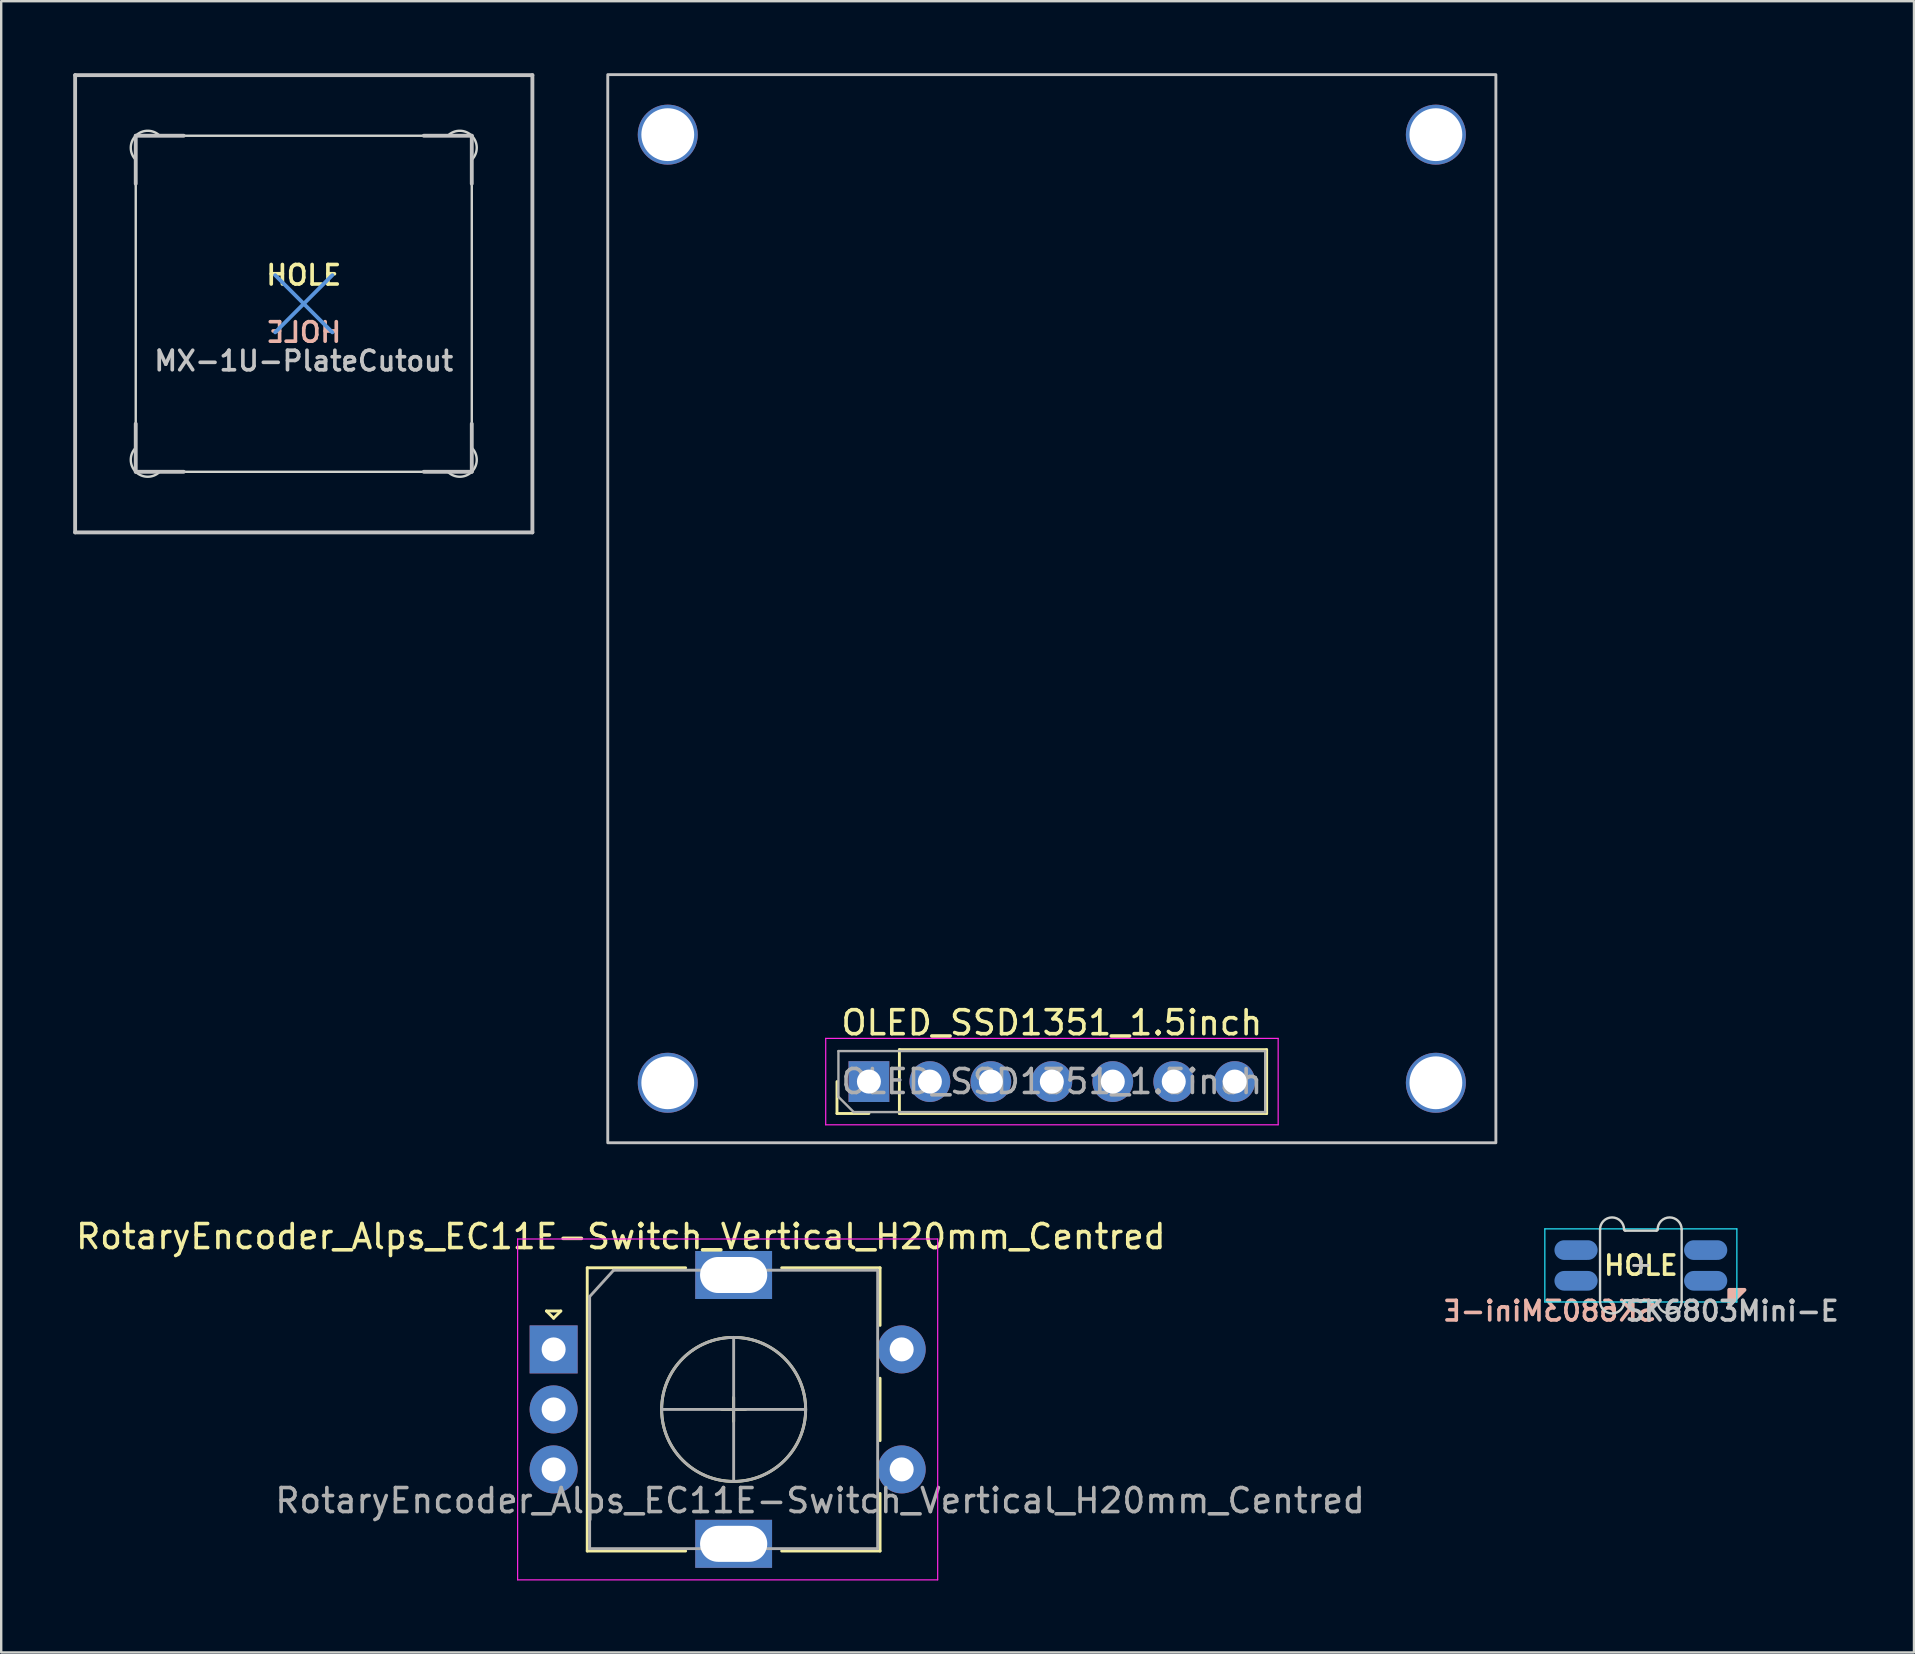
<source format=kicad_pcb>
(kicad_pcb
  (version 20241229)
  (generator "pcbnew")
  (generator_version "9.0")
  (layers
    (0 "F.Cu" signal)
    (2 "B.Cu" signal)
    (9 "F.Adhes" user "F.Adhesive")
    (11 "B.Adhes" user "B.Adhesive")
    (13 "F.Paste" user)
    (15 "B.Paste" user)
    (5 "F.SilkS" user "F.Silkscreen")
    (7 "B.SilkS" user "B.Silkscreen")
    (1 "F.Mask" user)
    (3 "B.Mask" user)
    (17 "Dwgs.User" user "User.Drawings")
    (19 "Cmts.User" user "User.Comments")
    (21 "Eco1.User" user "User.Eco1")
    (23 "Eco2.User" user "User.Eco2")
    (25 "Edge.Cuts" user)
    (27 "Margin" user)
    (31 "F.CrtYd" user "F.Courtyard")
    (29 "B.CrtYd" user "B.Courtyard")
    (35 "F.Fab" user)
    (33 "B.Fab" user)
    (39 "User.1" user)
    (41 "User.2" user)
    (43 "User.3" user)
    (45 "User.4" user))
  (footprint "MX-1U-PlateCutout"
    (layer "F.Cu")
    (at 9.605 9.605)
    (property "Reference" "MX-1U-PlateCutout" (at 0 2.381 0) (layer "Dwgs.User") (effects (font (size 0.813 0.813) (thickness 0.152))))
    (attr exclude_from_pos_files exclude_from_bom)
    (fp_line (start -9.525 -9.525) (end 9.525 -9.525) (stroke (width 0.16) (type solid)) (layer "Dwgs.User"))
    (fp_line (start -9.525 9.525) (end -9.525 -9.525) (stroke (width 0.16) (type solid)) (layer "Dwgs.User"))
    (fp_line (start -7 -7) (end -7 -5) (stroke (width 0.16) (type solid)) (layer "Dwgs.User"))
    (fp_line (start -7 5) (end -7 7) (stroke (width 0.16) (type solid)) (layer "Dwgs.User"))
    (fp_line (start -7 7) (end -5 7) (stroke (width 0.16) (type solid)) (layer "Dwgs.User"))
    (fp_line (start -5 -7) (end -7 -7) (stroke (width 0.16) (type solid)) (layer "Dwgs.User"))
    (fp_line (start 5 -7) (end 7 -7) (stroke (width 0.16) (type solid)) (layer "Dwgs.User"))
    (fp_line (start 5 7) (end 7 7) (stroke (width 0.16) (type solid)) (layer "Dwgs.User"))
    (fp_line (start 7 -7) (end 7 -5) (stroke (width 0.16) (type solid)) (layer "Dwgs.User"))
    (fp_line (start 7 7) (end 7 5) (stroke (width 0.16) (type solid)) (layer "Dwgs.User"))
    (fp_line (start 9.525 -9.525) (end 9.525 9.525) (stroke (width 0.16) (type solid)) (layer "Dwgs.User"))
    (fp_line (start 9.525 9.525) (end -9.525 9.525) (stroke (width 0.16) (type solid)) (layer "Dwgs.User"))
    (fp_line (start -1.191 -1.191) (end 1.191 1.191) (stroke (width 0.16) (type solid)) (layer "Cmts.User"))
    (fp_line (start -1.191 1.191) (end 1.191 -1.191) (stroke (width 0.16) (type solid)) (layer "Cmts.User"))
    (fp_line (start -7 6) (end -7 -6) (stroke (width 0.1) (type solid)) (layer "Edge.Cuts"))
    (fp_line (start -6 -7) (end 6 -7) (stroke (width 0.1) (type solid)) (layer "Edge.Cuts"))
    (fp_line (start 6 7) (end -6 7) (stroke (width 0.1) (type solid)) (layer "Edge.Cuts"))
    (fp_line (start 7 -6) (end 7 6) (stroke (width 0.1) (type solid)) (layer "Edge.Cuts"))
    (fp_arc (start -7 -6) (mid -7 -7) (end -6 -7) (stroke (width 0.1) (type solid)) (layer "Edge.Cuts"))
    (fp_arc (start -6 7) (mid -7 7) (end -7 6) (stroke (width 0.1) (type solid)) (layer "Edge.Cuts"))
    (fp_arc (start 6 -7) (mid 7 -7) (end 7 -6) (stroke (width 0.1) (type solid)) (layer "Edge.Cuts"))
    (fp_arc (start 7 6) (mid 7 7) (end 6 7) (stroke (width 0.1) (type solid)) (layer "Edge.Cuts"))
    (fp_text user "HOLE" (at 0 -1.191 0) (layer "F.SilkS") (effects (font (size 0.813 0.813) (thickness 0.152))))
    (fp_text user "HOLE" (at 0 1.191 0) (layer "B.SilkS") (effects (font (size 0.813 0.813) (thickness 0.152)) (justify mirror))))
  (footprint "RotaryEncoder_Alps_EC11E-Switch_Vertical_H20mm_Centred"
    (layer "F.Cu")
    (at 27.515 55.668)
    (property "Reference" "RotaryEncoder_Alps_EC11E-Switch_Vertical_H20mm_Centred" (at -4.7 -7.2 0) (layer "F.SilkS") (effects (font (size 1 1) (thickness 0.15))))
    (attr through_hole)
    (fp_line (start -7.8 -4.1) (end -7.2 -4.1) (stroke (width 0.12) (type solid)) (layer "F.SilkS"))
    (fp_line (start -7.5 -3.8) (end -7.8 -4.1) (stroke (width 0.12) (type solid)) (layer "F.SilkS"))
    (fp_line (start -7.2 -4.1) (end -7.5 -3.8) (stroke (width 0.12) (type solid)) (layer "F.SilkS"))
    (fp_line (start -6.1 -5.9) (end -6.1 5.9) (stroke (width 0.12) (type solid)) (layer "F.SilkS"))
    (fp_line (start -2 -5.9) (end -6.1 -5.9) (stroke (width 0.12) (type solid)) (layer "F.SilkS"))
    (fp_line (start -2 5.9) (end -6.1 5.9) (stroke (width 0.12) (type solid)) (layer "F.SilkS"))
    (fp_line (start -0.5 0) (end 0.5 0) (stroke (width 0.12) (type solid)) (layer "F.SilkS"))
    (fp_line (start 0 -0.5) (end 0 0.5) (stroke (width 0.12) (type solid)) (layer "F.SilkS"))
    (fp_line (start 2 -5.9) (end 6.1 -5.9) (stroke (width 0.12) (type solid)) (layer "F.SilkS"))
    (fp_line (start 6.1 -5.9) (end 6.1 -3.5) (stroke (width 0.12) (type solid)) (layer "F.SilkS"))
    (fp_line (start 6.1 -1.3) (end 6.1 1.3) (stroke (width 0.12) (type solid)) (layer "F.SilkS"))
    (fp_line (start 6.1 3.5) (end 6.1 5.9) (stroke (width 0.12) (type solid)) (layer "F.SilkS"))
    (fp_line (start 6.1 5.9) (end 2 5.9) (stroke (width 0.12) (type solid)) (layer "F.SilkS"))
    (fp_circle (center 0 0) (end 3 0) (stroke (width 0.12) (type solid)) (fill no) (layer "F.SilkS"))
    (fp_line (start -9 -7.1) (end -9 7.1) (stroke (width 0.05) (type solid)) (layer "F.CrtYd"))
    (fp_line (start -9 -7.1) (end 8.5 -7.1) (stroke (width 0.05) (type solid)) (layer "F.CrtYd"))
    (fp_line (start 8.5 7.1) (end -9 7.1) (stroke (width 0.05) (type solid)) (layer "F.CrtYd"))
    (fp_line (start 8.5 7.1) (end 8.5 -7.1) (stroke (width 0.05) (type solid)) (layer "F.CrtYd"))
    (fp_line (start -6 -4.7) (end -5 -5.8) (stroke (width 0.12) (type solid)) (layer "F.Fab"))
    (fp_line (start -6 5.8) (end -6 -4.7) (stroke (width 0.12) (type solid)) (layer "F.Fab"))
    (fp_line (start -5 -5.8) (end 6 -5.8) (stroke (width 0.12) (type solid)) (layer "F.Fab"))
    (fp_line (start -3 0) (end 3 0) (stroke (width 0.12) (type solid)) (layer "F.Fab"))
    (fp_line (start 0 -3) (end 0 3) (stroke (width 0.12) (type solid)) (layer "F.Fab"))
    (fp_line (start 6 -5.8) (end 6 5.8) (stroke (width 0.12) (type solid)) (layer "F.Fab"))
    (fp_line (start 6 5.8) (end -6 5.8) (stroke (width 0.12) (type solid)) (layer "F.Fab"))
    (fp_circle (center 0 0) (end 3 0) (stroke (width 0.12) (type solid)) (fill no) (layer "F.Fab"))
    (fp_text user "${REFERENCE}" (at 3.6 3.8 0) (layer "F.Fab") (effects (font (size 1 1) (thickness 0.15))))
    (pad "A" thru_hole rect (at -7.5 -2.5) (size 2 2) (drill 1) (layers "*.Cu" "*.Mask"))
    (pad "B" thru_hole circle (at -7.5 2.5) (size 2 2) (drill 1) (layers "*.Cu" "*.Mask"))
    (pad "C" thru_hole circle (at -7.5 0) (size 2 2) (drill 1) (layers "*.Cu" "*.Mask"))
    (pad "MP" thru_hole rect (at 0 -5.6) (size 3.2 2) (drill oval 2.8 1.5) (layers "*.Cu" "*.Mask"))
    (pad "MP" thru_hole rect (at 0 5.6) (size 3.2 2) (drill oval 2.8 1.5) (layers "*.Cu" "*.Mask"))
    (pad "S1" thru_hole circle (at 7 2.5) (size 2 2) (drill 1) (layers "*.Cu" "*.Mask"))
    (pad "S2" thru_hole circle (at 7 -2.5) (size 2 2) (drill 1) (layers "*.Cu" "*.Mask")))
  (footprint "SK6803Mini-E"
    (layer "F.Cu")
    (at 65.31 49.67)
    (property "Reference" "SK6803Mini-E" (at 3.8 1.9 180) (layer "Dwgs.User") (effects (font (size 0.813 0.813) (thickness 0.152))))
    (fp_poly (pts (xy 3.683 1.651) (xy 3.683 1.016) (xy 4.318 1.016)) (stroke (width 0.16) (type solid)) (fill yes) (layer "B.SilkS"))
    (fp_line (start -0.3 0) (end 0.3 0) (stroke (width 0.12) (type solid)) (layer "Dwgs.User"))
    (fp_line (start 0 0.3) (end 0 -0.3) (stroke (width 0.12) (type solid)) (layer "Dwgs.User"))
    (fp_line (start -1.7 -1.5) (end -1.7 1.5) (stroke (width 0.1) (type solid)) (layer "Edge.Cuts"))
    (fp_line (start -0.65 -1.45) (end 0.65 -1.45) (stroke (width 0.1) (type solid)) (layer "Edge.Cuts"))
    (fp_line (start -0.65 1.45) (end 0.65 1.45) (stroke (width 0.1) (type solid)) (layer "Edge.Cuts"))
    (fp_line (start 1.7 1.5) (end 1.7 -1.5) (stroke (width 0.1) (type solid)) (layer "Edge.Cuts"))
    (fp_arc (start -1.7 -1.5) (mid -1.2 -2) (end -0.7 -1.5) (stroke (width 0.1) (type solid)) (layer "Edge.Cuts"))
    (fp_arc (start -0.7 1.5) (mid -1.2 2) (end -1.7 1.5) (stroke (width 0.1) (type solid)) (layer "Edge.Cuts"))
    (fp_arc (start -0.7 1.5) (mid -0.685355 1.464645) (end -0.65 1.45) (stroke (width 0.1) (type solid)) (layer "Edge.Cuts"))
    (fp_arc (start -0.65 -1.45) (mid -0.685355 -1.464645) (end -0.7 -1.5) (stroke (width 0.1) (type solid)) (layer "Edge.Cuts"))
    (fp_arc (start 0.65 1.45) (mid 0.685355 1.464645) (end 0.7 1.5) (stroke (width 0.1) (type solid)) (layer "Edge.Cuts"))
    (fp_arc (start 0.7 -1.5) (mid 0.685355 -1.464645) (end 0.65 -1.45) (stroke (width 0.1) (type solid)) (layer "Edge.Cuts"))
    (fp_arc (start 0.7 -1.5) (mid 1.2 -2) (end 1.7 -1.5) (stroke (width 0.1) (type solid)) (layer "Edge.Cuts"))
    (fp_arc (start 1.7 1.5) (mid 1.2 2) (end 0.7 1.5) (stroke (width 0.1) (type solid)) (layer "Edge.Cuts"))
    (fp_line (start -4 -1.524) (end 4 -1.524) (stroke (width 0.05) (type solid)) (layer "B.CrtYd"))
    (fp_line (start -4 1.524) (end -4 -1.524) (stroke (width 0.05) (type solid)) (layer "B.CrtYd"))
    (fp_line (start 4 -1.524) (end 4 1.524) (stroke (width 0.05) (type solid)) (layer "B.CrtYd"))
    (fp_line (start 4 1.524) (end -4 1.524) (stroke (width 0.05) (type solid)) (layer "B.CrtYd"))
    (fp_text user "HOLE" (at 0 0 0) (layer "F.SilkS") (effects (font (size 0.8 0.8) (thickness 0.15))))
    (fp_text user "${REFERENCE}" (at -3.8 1.9 0) (layer "B.SilkS") (effects (font (size 0.813 0.813) (thickness 0.152)) (justify mirror)))
    (pad "1" smd oval (at 2.7 0.64) (size 1.8 0.82) (layers "B.Cu" "B.Mask" "B.Paste"))
    (pad "2" smd oval (at 2.7 -0.64) (size 1.8 0.82) (layers "B.Cu" "B.Mask" "B.Paste"))
    (pad "3" smd oval (at -2.7 -0.64) (size 1.8 0.82) (layers "B.Cu" "B.Mask" "B.Paste"))
    (pad "4" smd oval (at -2.7 0.64) (size 1.8 0.82) (layers "B.Cu" "B.Mask" "B.Paste")))
  (footprint "OLED_SSD1351_1.5inch"
    (layer "F.Cu")
    (at 40.77 22.31)
    (property "Reference" "OLED_SSD1351_1.5inch" (at 0 17.25 180) (layer "F.SilkS") (effects (font (size 1 1) (thickness 0.15))))
    (attr through_hole)
    (fp_line (start -8.95 21.03) (end -8.95 19.7) (stroke (width 0.12) (type solid)) (layer "F.SilkS"))
    (fp_line (start -7.62 21.03) (end -8.95 21.03) (stroke (width 0.12) (type solid)) (layer "F.SilkS"))
    (fp_line (start -6.35 18.37) (end 8.95 18.37) (stroke (width 0.12) (type solid)) (layer "F.SilkS"))
    (fp_line (start -6.35 21.03) (end -6.35 18.37) (stroke (width 0.12) (type solid)) (layer "F.SilkS"))
    (fp_line (start -6.35 21.03) (end 8.95 21.03) (stroke (width 0.12) (type solid)) (layer "F.SilkS"))
    (fp_line (start 8.95 21.03) (end 8.95 18.37) (stroke (width 0.12) (type solid)) (layer "F.SilkS"))
    (fp_rect (start -18.5 -22.25) (end 18.5 22.25) (stroke (width 0.12) (type solid)) (fill no) (layer "Dwgs.User"))
    (fp_line (start -9.42 17.9) (end -9.42 21.5) (stroke (width 0.05) (type solid)) (layer "F.CrtYd"))
    (fp_line (start -9.42 21.5) (end 9.43 21.5) (stroke (width 0.05) (type solid)) (layer "F.CrtYd"))
    (fp_line (start 9.43 17.9) (end -9.42 17.9) (stroke (width 0.05) (type solid)) (layer "F.CrtYd"))
    (fp_line (start 9.43 21.5) (end 9.43 17.9) (stroke (width 0.05) (type solid)) (layer "F.CrtYd"))
    (fp_line (start -8.89 18.43) (end 8.89 18.43) (stroke (width 0.1) (type solid)) (layer "F.Fab"))
    (fp_line (start -8.89 20.335) (end -8.89 18.43) (stroke (width 0.1) (type solid)) (layer "F.Fab"))
    (fp_line (start -8.255 20.97) (end -8.89 20.335) (stroke (width 0.1) (type solid)) (layer "F.Fab"))
    (fp_line (start 8.89 18.43) (end 8.89 20.97) (stroke (width 0.1) (type solid)) (layer "F.Fab"))
    (fp_line (start 8.89 20.97) (end -8.255 20.97) (stroke (width 0.1) (type solid)) (layer "F.Fab"))
    (fp_text user "${REFERENCE}" (at 0 19.7 180) (layer "F.Fab") (effects (font (size 1 1) (thickness 0.15))))
    (pad "" np_thru_hole circle (at -16 -19.75) (size 2.5 2.5) (drill 2.2) (layers "*.Cu" "*.Mask"))
    (pad "" np_thru_hole circle (at -16 19.75) (size 2.5 2.5) (drill 2.2) (layers "*.Cu" "*.Mask"))
    (pad "" np_thru_hole circle (at 16 -19.75) (size 2.5 2.5) (drill 2.2) (layers "*.Cu" "*.Mask"))
    (pad "" np_thru_hole circle (at 16 19.75) (size 2.5 2.5) (drill 2.2) (layers "*.Cu" "*.Mask"))
    (pad "1" thru_hole rect (at -7.62 19.7 90) (size 1.7 1.7) (drill 1) (layers "*.Cu" "*.Mask"))
    (pad "2" thru_hole oval (at -5.08 19.7 90) (size 1.7 1.7) (drill 1) (layers "*.Cu" "*.Mask"))
    (pad "3" thru_hole oval (at -2.54 19.7 90) (size 1.7 1.7) (drill 1) (layers "*.Cu" "*.Mask"))
    (pad "4" thru_hole oval (at 0 19.7 90) (size 1.7 1.7) (drill 1) (layers "*.Cu" "*.Mask"))
    (pad "5" thru_hole oval (at 2.54 19.7 90) (size 1.7 1.7) (drill 1) (layers "*.Cu" "*.Mask"))
    (pad "6" thru_hole oval (at 5.08 19.7 90) (size 1.7 1.7) (drill 1) (layers "*.Cu" "*.Mask"))
    (pad "7" thru_hole oval (at 7.62 19.7 90) (size 1.7 1.7) (drill 1) (layers "*.Cu" "*.Mask")))
  (gr_rect
    (start -3 -3)
    (end 76.689 65.793)
    (stroke (width 0.1) (type default))
    (fill no)
    (layer "Edge.Cuts")))
</source>
